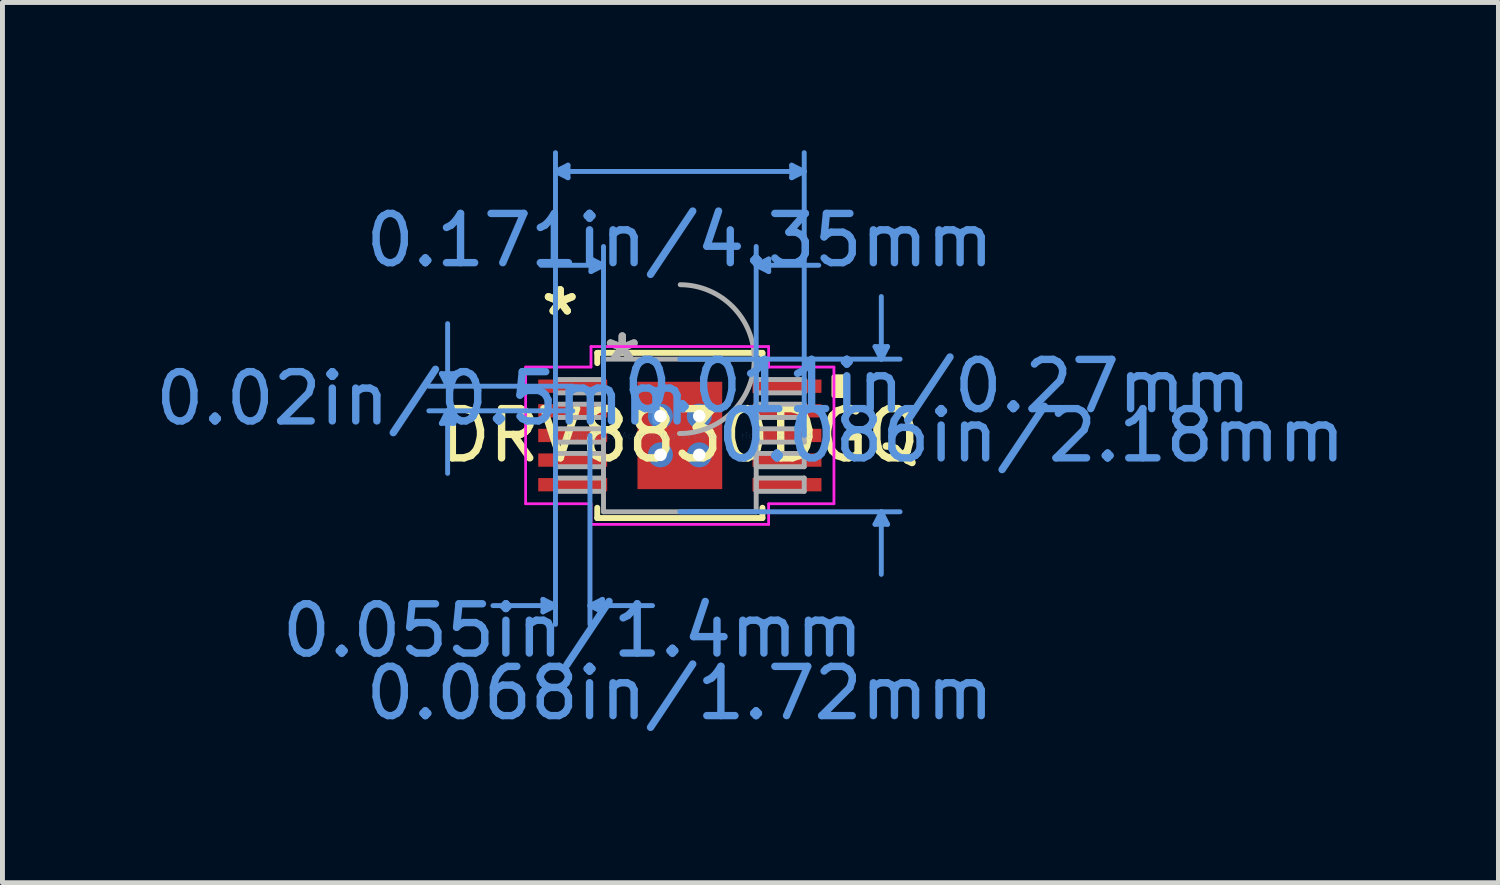
<source format=kicad_pcb>
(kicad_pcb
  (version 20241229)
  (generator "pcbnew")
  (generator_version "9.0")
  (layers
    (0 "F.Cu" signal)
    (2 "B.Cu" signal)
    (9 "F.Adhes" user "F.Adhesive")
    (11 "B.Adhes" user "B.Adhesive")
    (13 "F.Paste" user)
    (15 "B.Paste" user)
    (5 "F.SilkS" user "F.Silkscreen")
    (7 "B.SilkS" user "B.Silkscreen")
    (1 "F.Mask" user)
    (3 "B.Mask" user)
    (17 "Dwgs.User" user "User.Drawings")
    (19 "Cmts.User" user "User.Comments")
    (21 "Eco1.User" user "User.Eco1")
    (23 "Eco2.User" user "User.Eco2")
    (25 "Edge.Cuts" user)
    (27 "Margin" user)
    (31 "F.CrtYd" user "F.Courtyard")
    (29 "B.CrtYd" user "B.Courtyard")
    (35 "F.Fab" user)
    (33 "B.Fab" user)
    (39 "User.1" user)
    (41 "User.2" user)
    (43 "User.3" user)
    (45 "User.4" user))
  (footprint "DRV8830DGQ"
    (layer "F.Cu")
    (at 10.753 5.791)
    (property "Reference" "DRV8830DGQ" (at 0 0 0) (layer "F.SilkS") (effects (font (size 1 1) (thickness 0.15))))
    (attr through_hole)
    (fp_poly (pts (xy -0.923 -1.153) (xy -0.594 -1.153) (xy -0.594 1.153) (xy -0.923 1.153)) (stroke (width 0.1) (type solid)) (fill yes) (layer "F.Mask"))
    (fp_poly (pts (xy -0.923 -1.153) (xy 0.923 -1.153) (xy 0.923 -0.594) (xy -0.923 -0.594)) (stroke (width 0.1) (type solid)) (fill yes) (layer "F.Mask"))
    (fp_poly (pts (xy -0.923 -0.194) (xy 0.923 -0.194) (xy 0.923 0.194) (xy -0.923 0.194)) (stroke (width 0.1) (type solid)) (fill yes) (layer "F.Mask"))
    (fp_poly (pts (xy -0.923 0.594) (xy 0.923 0.594) (xy 0.923 1.153) (xy -0.923 1.153)) (stroke (width 0.1) (type solid)) (fill yes) (layer "F.Mask"))
    (fp_poly (pts (xy 0.194 -1.153) (xy -0.194 -1.153) (xy -0.194 1.153) (xy 0.194 1.153)) (stroke (width 0.1) (type solid)) (fill yes) (layer "F.Mask"))
    (fp_poly (pts (xy 0.594 -1.153) (xy 0.923 -1.153) (xy 0.923 1.153) (xy 0.594 1.153)) (stroke (width 0.1) (type solid)) (fill yes) (layer "F.Mask"))
    (fp_line (start -1.677 -1.677) (end -1.677 -1.468) (stroke (width 0.12) (type solid)) (layer "F.SilkS"))
    (fp_line (start -1.677 1.468) (end -1.677 1.677) (stroke (width 0.12) (type solid)) (layer "F.SilkS"))
    (fp_line (start -1.677 1.677) (end 1.677 1.677) (stroke (width 0.12) (type solid)) (layer "F.SilkS"))
    (fp_line (start 1.677 -1.677) (end -1.677 -1.677) (stroke (width 0.12) (type solid)) (layer "F.SilkS"))
    (fp_line (start 1.677 -1.468) (end 1.677 -1.677) (stroke (width 0.12) (type solid)) (layer "F.SilkS"))
    (fp_line (start 1.677 1.677) (end 1.677 1.468) (stroke (width 0.12) (type solid)) (layer "F.SilkS"))
    (fp_poly (pts (xy 3.383 -1.191) (xy 3.383 -0.81) (xy 3.129 -0.81) (xy 3.129 -1.191)) (stroke (width 0.1) (type solid)) (fill yes) (layer "F.SilkS"))
    (fp_poly (pts (xy -0.785 -1.015) (xy -0.785 -0.494) (xy -0.635 -0.494) (xy -0.494 -0.635) (xy -0.494 -1.015)) (stroke (width 0.1) (type solid)) (fill yes) (layer "F.Paste"))
    (fp_poly (pts (xy -0.785 0.494) (xy -0.785 1.015) (xy -0.494 1.015) (xy -0.494 0.635) (xy -0.635 0.494)) (stroke (width 0.1) (type solid)) (fill yes) (layer "F.Paste"))
    (fp_poly (pts (xy 0.494 -1.015) (xy 0.494 -0.635) (xy 0.635 -0.494) (xy 0.785 -0.494) (xy 0.785 -1.015)) (stroke (width 0.1) (type solid)) (fill yes) (layer "F.Paste"))
    (fp_poly (pts (xy 0.635 0.494) (xy 0.494 0.635) (xy 0.494 1.015) (xy 0.785 1.015) (xy 0.785 0.494)) (stroke (width 0.1) (type solid)) (fill yes) (layer "F.Paste"))
    (fp_poly (pts (xy -0.785 -0.294) (xy -0.785 0.294) (xy -0.635 0.294) (xy -0.494 0.152) (xy -0.494 -0.152) (xy -0.635 -0.294)) (stroke (width 0.1) (type solid)) (fill yes) (layer "F.Paste"))
    (fp_poly (pts (xy -0.294 -1.015) (xy -0.294 -0.635) (xy -0.152 -0.494) (xy 0.152 -0.494) (xy 0.294 -0.635) (xy 0.294 -1.015)) (stroke (width 0.1) (type solid)) (fill yes) (layer "F.Paste"))
    (fp_poly (pts (xy -0.152 0.494) (xy -0.294 0.635) (xy -0.294 1.015) (xy 0.294 1.015) (xy 0.294 0.635) (xy 0.152 0.494)) (stroke (width 0.1) (type solid)) (fill yes) (layer "F.Paste"))
    (fp_poly (pts (xy 0.635 -0.294) (xy 0.494 -0.152) (xy 0.494 0.152) (xy 0.635 0.294) (xy 0.785 0.294) (xy 0.785 -0.294)) (stroke (width 0.1) (type solid)) (fill yes) (layer "F.Paste"))
    (fp_poly (pts (xy -0.152 -0.294) (xy -0.294 -0.152) (xy -0.294 0.152) (xy -0.152 0.294) (xy 0.152 0.294) (xy 0.294 0.152) (xy 0.294 -0.152) (xy 0.152 -0.294)) (stroke (width 0.1) (type solid)) (fill yes) (layer "F.Paste"))
    (fp_line (start -4.842 -1.254) (end -4.588 -1.254) (stroke (width 0.1) (type solid)) (layer "Cmts.User"))
    (fp_line (start -4.842 -0.246) (end -4.588 -0.246) (stroke (width 0.1) (type solid)) (layer "Cmts.User"))
    (fp_line (start -4.715 -1) (end -4.842 -1.254) (stroke (width 0.1) (type solid)) (layer "Cmts.User"))
    (fp_line (start -4.715 -1) (end -4.715 -2.27) (stroke (width 0.1) (type solid)) (layer "Cmts.User"))
    (fp_line (start -4.715 -1) (end -4.588 -1.254) (stroke (width 0.1) (type solid)) (layer "Cmts.User"))
    (fp_line (start -4.715 -0.5) (end -4.842 -0.246) (stroke (width 0.1) (type solid)) (layer "Cmts.User"))
    (fp_line (start -4.715 -0.5) (end -4.715 0.77) (stroke (width 0.1) (type solid)) (layer "Cmts.User"))
    (fp_line (start -4.715 -0.5) (end -4.588 -0.246) (stroke (width 0.1) (type solid)) (layer "Cmts.User"))
    (fp_line (start -2.779 3.328) (end -2.779 3.582) (stroke (width 0.1) (type solid)) (layer "Cmts.User"))
    (fp_line (start -2.525 -5.36) (end -2.271 -5.487) (stroke (width 0.1) (type solid)) (layer "Cmts.User"))
    (fp_line (start -2.525 -5.36) (end -2.271 -5.233) (stroke (width 0.1) (type solid)) (layer "Cmts.User"))
    (fp_line (start -2.525 -5.36) (end 2.525 -5.36) (stroke (width 0.1) (type solid)) (layer "Cmts.User"))
    (fp_line (start -2.525 0) (end -2.525 -5.741) (stroke (width 0.1) (type solid)) (layer "Cmts.User"))
    (fp_line (start -2.525 0) (end -2.525 3.836) (stroke (width 0.1) (type solid)) (layer "Cmts.User"))
    (fp_line (start -2.525 3.455) (end -3.795 3.455) (stroke (width 0.1) (type solid)) (layer "Cmts.User"))
    (fp_line (start -2.525 3.455) (end -2.779 3.328) (stroke (width 0.1) (type solid)) (layer "Cmts.User"))
    (fp_line (start -2.525 3.455) (end -2.779 3.582) (stroke (width 0.1) (type solid)) (layer "Cmts.User"))
    (fp_line (start -2.271 -5.487) (end -2.271 -5.233) (stroke (width 0.1) (type solid)) (layer "Cmts.User"))
    (fp_line (start -2.175 -1) (end -5.096 -1) (stroke (width 0.1) (type solid)) (layer "Cmts.User"))
    (fp_line (start -2.175 -0.5) (end -5.096 -0.5) (stroke (width 0.1) (type solid)) (layer "Cmts.User"))
    (fp_line (start -1.825 0) (end -1.825 3.836) (stroke (width 0.1) (type solid)) (layer "Cmts.User"))
    (fp_line (start -1.825 3.455) (end -1.571 3.328) (stroke (width 0.1) (type solid)) (layer "Cmts.User"))
    (fp_line (start -1.825 3.455) (end -1.571 3.582) (stroke (width 0.1) (type solid)) (layer "Cmts.User"))
    (fp_line (start -1.825 3.455) (end -0.555 3.455) (stroke (width 0.1) (type solid)) (layer "Cmts.User"))
    (fp_line (start -1.804 -3.582) (end -1.804 -3.328) (stroke (width 0.1) (type solid)) (layer "Cmts.User"))
    (fp_line (start -1.571 3.328) (end -1.571 3.582) (stroke (width 0.1) (type solid)) (layer "Cmts.User"))
    (fp_line (start -1.55 -3.455) (end -2.82 -3.455) (stroke (width 0.1) (type solid)) (layer "Cmts.User"))
    (fp_line (start -1.55 -3.455) (end -1.804 -3.582) (stroke (width 0.1) (type solid)) (layer "Cmts.User"))
    (fp_line (start -1.55 -3.455) (end -1.804 -3.328) (stroke (width 0.1) (type solid)) (layer "Cmts.User"))
    (fp_line (start -1.55 0) (end -1.55 -3.836) (stroke (width 0.1) (type solid)) (layer "Cmts.User"))
    (fp_line (start 0 -1.55) (end 4.471 -1.55) (stroke (width 0.1) (type solid)) (layer "Cmts.User"))
    (fp_line (start 0 1.55) (end 4.471 1.55) (stroke (width 0.1) (type solid)) (layer "Cmts.User"))
    (fp_line (start 1.55 -3.455) (end 1.804 -3.582) (stroke (width 0.1) (type solid)) (layer "Cmts.User"))
    (fp_line (start 1.55 -3.455) (end 1.804 -3.328) (stroke (width 0.1) (type solid)) (layer "Cmts.User"))
    (fp_line (start 1.55 -3.455) (end 2.82 -3.455) (stroke (width 0.1) (type solid)) (layer "Cmts.User"))
    (fp_line (start 1.55 0) (end 1.55 -3.836) (stroke (width 0.1) (type solid)) (layer "Cmts.User"))
    (fp_line (start 1.804 -3.582) (end 1.804 -3.328) (stroke (width 0.1) (type solid)) (layer "Cmts.User"))
    (fp_line (start 2.271 -5.487) (end 2.271 -5.233) (stroke (width 0.1) (type solid)) (layer "Cmts.User"))
    (fp_line (start 2.525 -5.36) (end 2.271 -5.487) (stroke (width 0.1) (type solid)) (layer "Cmts.User"))
    (fp_line (start 2.525 -5.36) (end 2.271 -5.233) (stroke (width 0.1) (type solid)) (layer "Cmts.User"))
    (fp_line (start 2.525 0) (end 2.525 -5.741) (stroke (width 0.1) (type solid)) (layer "Cmts.User"))
    (fp_line (start 3.963 -1.804) (end 4.217 -1.804) (stroke (width 0.1) (type solid)) (layer "Cmts.User"))
    (fp_line (start 3.963 1.804) (end 4.217 1.804) (stroke (width 0.1) (type solid)) (layer "Cmts.User"))
    (fp_line (start 4.09 -1.55) (end 3.963 -1.804) (stroke (width 0.1) (type solid)) (layer "Cmts.User"))
    (fp_line (start 4.09 -1.55) (end 4.09 -2.82) (stroke (width 0.1) (type solid)) (layer "Cmts.User"))
    (fp_line (start 4.09 -1.55) (end 4.217 -1.804) (stroke (width 0.1) (type solid)) (layer "Cmts.User"))
    (fp_line (start 4.09 1.55) (end 3.963 1.804) (stroke (width 0.1) (type solid)) (layer "Cmts.User"))
    (fp_line (start 4.09 1.55) (end 4.09 2.82) (stroke (width 0.1) (type solid)) (layer "Cmts.User"))
    (fp_line (start 4.09 1.55) (end 4.217 1.804) (stroke (width 0.1) (type solid)) (layer "Cmts.User"))
    (fp_line (start -3.129 -1.389) (end -1.804 -1.389) (stroke (width 0.05) (type solid)) (layer "F.CrtYd"))
    (fp_line (start -3.129 -1.389) (end -1.804 -1.389) (stroke (width 0.05) (type solid)) (layer "F.CrtYd"))
    (fp_line (start -3.129 1.389) (end -3.129 -1.389) (stroke (width 0.05) (type solid)) (layer "F.CrtYd"))
    (fp_line (start -3.129 1.389) (end -3.129 -1.389) (stroke (width 0.05) (type solid)) (layer "F.CrtYd"))
    (fp_line (start -3.129 1.389) (end -1.804 1.389) (stroke (width 0.05) (type solid)) (layer "F.CrtYd"))
    (fp_line (start -1.804 -1.804) (end 1.804 -1.804) (stroke (width 0.05) (type solid)) (layer "F.CrtYd"))
    (fp_line (start -1.804 -1.804) (end 1.804 -1.804) (stroke (width 0.05) (type solid)) (layer "F.CrtYd"))
    (fp_line (start -1.804 -1.389) (end -1.804 -1.804) (stroke (width 0.05) (type solid)) (layer "F.CrtYd"))
    (fp_line (start -1.804 -1.389) (end -1.804 -1.804) (stroke (width 0.05) (type solid)) (layer "F.CrtYd"))
    (fp_line (start -1.804 1.389) (end -3.129 1.389) (stroke (width 0.05) (type solid)) (layer "F.CrtYd"))
    (fp_line (start -1.804 1.804) (end -1.804 1.389) (stroke (width 0.05) (type solid)) (layer "F.CrtYd"))
    (fp_line (start -1.804 1.804) (end -1.804 1.389) (stroke (width 0.05) (type solid)) (layer "F.CrtYd"))
    (fp_line (start 1.804 -1.804) (end 1.804 -1.389) (stroke (width 0.05) (type solid)) (layer "F.CrtYd"))
    (fp_line (start 1.804 -1.804) (end 1.804 -1.389) (stroke (width 0.05) (type solid)) (layer "F.CrtYd"))
    (fp_line (start 1.804 -1.389) (end 3.129 -1.389) (stroke (width 0.05) (type solid)) (layer "F.CrtYd"))
    (fp_line (start 1.804 1.389) (end 1.804 1.804) (stroke (width 0.05) (type solid)) (layer "F.CrtYd"))
    (fp_line (start 1.804 1.389) (end 1.804 1.804) (stroke (width 0.05) (type solid)) (layer "F.CrtYd"))
    (fp_line (start 1.804 1.804) (end -1.804 1.804) (stroke (width 0.05) (type solid)) (layer "F.CrtYd"))
    (fp_line (start 1.804 1.804) (end -1.804 1.804) (stroke (width 0.05) (type solid)) (layer "F.CrtYd"))
    (fp_line (start 3.129 -1.389) (end 1.804 -1.389) (stroke (width 0.05) (type solid)) (layer "F.CrtYd"))
    (fp_line (start 3.129 -1.389) (end 3.129 1.389) (stroke (width 0.05) (type solid)) (layer "F.CrtYd"))
    (fp_line (start 3.129 -1.389) (end 3.129 1.389) (stroke (width 0.05) (type solid)) (layer "F.CrtYd"))
    (fp_line (start 3.129 1.389) (end 1.804 1.389) (stroke (width 0.05) (type solid)) (layer "F.CrtYd"))
    (fp_line (start 3.129 1.389) (end 1.804 1.389) (stroke (width 0.05) (type solid)) (layer "F.CrtYd"))
    (fp_line (start -2.525 -1.135) (end -2.525 -0.865) (stroke (width 0.1) (type solid)) (layer "F.Fab"))
    (fp_line (start -2.525 -0.865) (end -1.55 -0.865) (stroke (width 0.1) (type solid)) (layer "F.Fab"))
    (fp_line (start -2.525 -0.635) (end -2.525 -0.365) (stroke (width 0.1) (type solid)) (layer "F.Fab"))
    (fp_line (start -2.525 -0.365) (end -1.55 -0.365) (stroke (width 0.1) (type solid)) (layer "F.Fab"))
    (fp_line (start -2.525 -0.135) (end -2.525 0.135) (stroke (width 0.1) (type solid)) (layer "F.Fab"))
    (fp_line (start -2.525 0.135) (end -1.55 0.135) (stroke (width 0.1) (type solid)) (layer "F.Fab"))
    (fp_line (start -2.525 0.365) (end -2.525 0.635) (stroke (width 0.1) (type solid)) (layer "F.Fab"))
    (fp_line (start -2.525 0.635) (end -1.55 0.635) (stroke (width 0.1) (type solid)) (layer "F.Fab"))
    (fp_line (start -2.525 0.865) (end -2.525 1.135) (stroke (width 0.1) (type solid)) (layer "F.Fab"))
    (fp_line (start -2.525 1.135) (end -1.55 1.135) (stroke (width 0.1) (type solid)) (layer "F.Fab"))
    (fp_line (start -1.55 -1.55) (end -1.55 1.55) (stroke (width 0.1) (type solid)) (layer "F.Fab"))
    (fp_line (start -1.55 -1.135) (end -2.525 -1.135) (stroke (width 0.1) (type solid)) (layer "F.Fab"))
    (fp_line (start -1.55 -0.865) (end -1.55 -1.135) (stroke (width 0.1) (type solid)) (layer "F.Fab"))
    (fp_line (start -1.55 -0.635) (end -2.525 -0.635) (stroke (width 0.1) (type solid)) (layer "F.Fab"))
    (fp_line (start -1.55 -0.365) (end -1.55 -0.635) (stroke (width 0.1) (type solid)) (layer "F.Fab"))
    (fp_line (start -1.55 -0.135) (end -2.525 -0.135) (stroke (width 0.1) (type solid)) (layer "F.Fab"))
    (fp_line (start -1.55 0.135) (end -1.55 -0.135) (stroke (width 0.1) (type solid)) (layer "F.Fab"))
    (fp_line (start -1.55 0.365) (end -2.525 0.365) (stroke (width 0.1) (type solid)) (layer "F.Fab"))
    (fp_line (start -1.55 0.635) (end -1.55 0.365) (stroke (width 0.1) (type solid)) (layer "F.Fab"))
    (fp_line (start -1.55 0.865) (end -2.525 0.865) (stroke (width 0.1) (type solid)) (layer "F.Fab"))
    (fp_line (start -1.55 1.135) (end -1.55 0.865) (stroke (width 0.1) (type solid)) (layer "F.Fab"))
    (fp_line (start -1.55 1.55) (end 1.55 1.55) (stroke (width 0.1) (type solid)) (layer "F.Fab"))
    (fp_line (start 1.55 -1.55) (end -1.55 -1.55) (stroke (width 0.1) (type solid)) (layer "F.Fab"))
    (fp_line (start 1.55 -1.135) (end 1.55 -0.865) (stroke (width 0.1) (type solid)) (layer "F.Fab"))
    (fp_line (start 1.55 -0.865) (end 2.525 -0.865) (stroke (width 0.1) (type solid)) (layer "F.Fab"))
    (fp_line (start 1.55 -0.635) (end 1.55 -0.365) (stroke (width 0.1) (type solid)) (layer "F.Fab"))
    (fp_line (start 1.55 -0.365) (end 2.525 -0.365) (stroke (width 0.1) (type solid)) (layer "F.Fab"))
    (fp_line (start 1.55 -0.135) (end 1.55 0.135) (stroke (width 0.1) (type solid)) (layer "F.Fab"))
    (fp_line (start 1.55 0.135) (end 2.525 0.135) (stroke (width 0.1) (type solid)) (layer "F.Fab"))
    (fp_line (start 1.55 0.365) (end 1.55 0.635) (stroke (width 0.1) (type solid)) (layer "F.Fab"))
    (fp_line (start 1.55 0.635) (end 2.525 0.635) (stroke (width 0.1) (type solid)) (layer "F.Fab"))
    (fp_line (start 1.55 0.865) (end 1.55 1.135) (stroke (width 0.1) (type solid)) (layer "F.Fab"))
    (fp_line (start 1.55 1.135) (end 2.525 1.135) (stroke (width 0.1) (type solid)) (layer "F.Fab"))
    (fp_line (start 1.55 1.55) (end 1.55 -1.55) (stroke (width 0.1) (type solid)) (layer "F.Fab"))
    (fp_line (start 2.525 -1.135) (end 1.55 -1.135) (stroke (width 0.1) (type solid)) (layer "F.Fab"))
    (fp_line (start 2.525 -0.865) (end 2.525 -1.135) (stroke (width 0.1) (type solid)) (layer "F.Fab"))
    (fp_line (start 2.525 -0.635) (end 1.55 -0.635) (stroke (width 0.1) (type solid)) (layer "F.Fab"))
    (fp_line (start 2.525 -0.365) (end 2.525 -0.635) (stroke (width 0.1) (type solid)) (layer "F.Fab"))
    (fp_line (start 2.525 -0.135) (end 1.55 -0.135) (stroke (width 0.1) (type solid)) (layer "F.Fab"))
    (fp_line (start 2.525 0.135) (end 2.525 -0.135) (stroke (width 0.1) (type solid)) (layer "F.Fab"))
    (fp_line (start 2.525 0.365) (end 1.55 0.365) (stroke (width 0.1) (type solid)) (layer "F.Fab"))
    (fp_line (start 2.525 0.635) (end 2.525 0.365) (stroke (width 0.1) (type solid)) (layer "F.Fab"))
    (fp_line (start 2.525 0.865) (end 1.55 0.865) (stroke (width 0.1) (type solid)) (layer "F.Fab"))
    (fp_line (start 2.525 1.135) (end 2.525 0.865) (stroke (width 0.1) (type solid)) (layer "F.Fab"))
    (fp_arc (start 0.007742 -3.060628) (mid 1.510629 -1.542257) (end -0.007742 -0.03937) (stroke (width 0.1) (type solid)) (layer "F.Fab"))
    (fp_text user "*" (at -2.429 -2.413 0) (layer "F.SilkS") (effects (font (size 1 1) (thickness 0.15))))
    (fp_text user "*" (at -2.429 -2.413 0) (layer "F.SilkS") (effects (font (size 1 1) (thickness 0.15))))
    (fp_text user "0.02in/0.5mm" (at -5.223 -0.75 0) (layer "Cmts.User") (effects (font (size 1 1) (thickness 0.15))))
    (fp_text user "Copyright 2021 Accelerated Designs. All rights reserved." (at 0 0 0) (layer "Cmts.User") (effects (font (size 0.127 0.127) (thickness 0.002))))
    (fp_text user "0.055in/1.4mm" (at -2.175 3.963 0) (layer "Cmts.User") (effects (font (size 1 1) (thickness 0.15))))
    (fp_text user "0.011in/0.27mm" (at 5.223 -1 0) (layer "Cmts.User") (effects (font (size 1 1) (thickness 0.15))))
    (fp_text user "0.086in/2.18mm" (at 7.138 0 0) (layer "Cmts.User") (effects (font (size 1 1) (thickness 0.15))))
    (fp_text user "0.171in/4.35mm" (at 0 -3.963 0) (layer "Cmts.User") (effects (font (size 1 1) (thickness 0.15))))
    (fp_text user "0.068in/1.72mm" (at 0 5.233 0) (layer "Cmts.User") (effects (font (size 1 1) (thickness 0.15))))
    (fp_text user "*" (at -1.169 -1.474 0) (layer "F.Fab") (effects (font (size 1 1) (thickness 0.15))))
    (fp_text user "*" (at -1.169 -1.474 0) (layer "F.Fab") (effects (font (size 1 1) (thickness 0.15))))
    (pad "1" smd rect (at -2.175 -1) (size 1.4 0.27) (layers "F.Cu" "F.Mask" "F.Paste"))
    (pad "2" smd rect (at -2.175 -0.5) (size 1.4 0.27) (layers "F.Cu" "F.Mask" "F.Paste"))
    (pad "3" smd rect (at -2.175 0) (size 1.4 0.27) (layers "F.Cu" "F.Mask" "F.Paste"))
    (pad "4" smd rect (at -2.175 0.5) (size 1.4 0.27) (layers "F.Cu" "F.Mask" "F.Paste"))
    (pad "5" smd rect (at -2.175 1) (size 1.4 0.27) (layers "F.Cu" "F.Mask" "F.Paste"))
    (pad "6" smd rect (at 2.175 1) (size 1.4 0.27) (layers "F.Cu" "F.Mask" "F.Paste"))
    (pad "7" smd rect (at 2.175 0.5) (size 1.4 0.27) (layers "F.Cu" "F.Mask" "F.Paste"))
    (pad "8" smd rect (at 2.175 0) (size 1.4 0.27) (layers "F.Cu" "F.Mask" "F.Paste"))
    (pad "9" smd rect (at 2.175 -0.5) (size 1.4 0.27) (layers "F.Cu" "F.Mask" "F.Paste"))
    (pad "10" smd rect (at 2.175 -1) (size 1.4 0.27) (layers "F.Cu" "F.Mask" "F.Paste"))
    (pad "EPAD" smd rect (at 0 0) (size 1.72 2.18) (layers "F.Cu"))
    (pad "V" thru_hole circle (at -0.394 -0.394) (size 0.508 0.508) (drill 0.254) (layers "*.Cu" "*.Mask"))
    (pad "V" thru_hole circle (at -0.394 0.394) (size 0.508 0.508) (drill 0.254) (layers "*.Cu" "*.Mask"))
    (pad "V" thru_hole circle (at 0.394 -0.394) (size 0.508 0.508) (drill 0.254) (layers "*.Cu" "*.Mask"))
    (pad "V" thru_hole circle (at 0.394 0.394) (size 0.508 0.508) (drill 0.254) (layers "*.Cu" "*.Mask")))
  (gr_rect
    (start -3 -3)
    (end 27.373 14.872)
    (stroke (width 0.1) (type default))
    (fill no)
    (layer "Edge.Cuts")))
</source>
